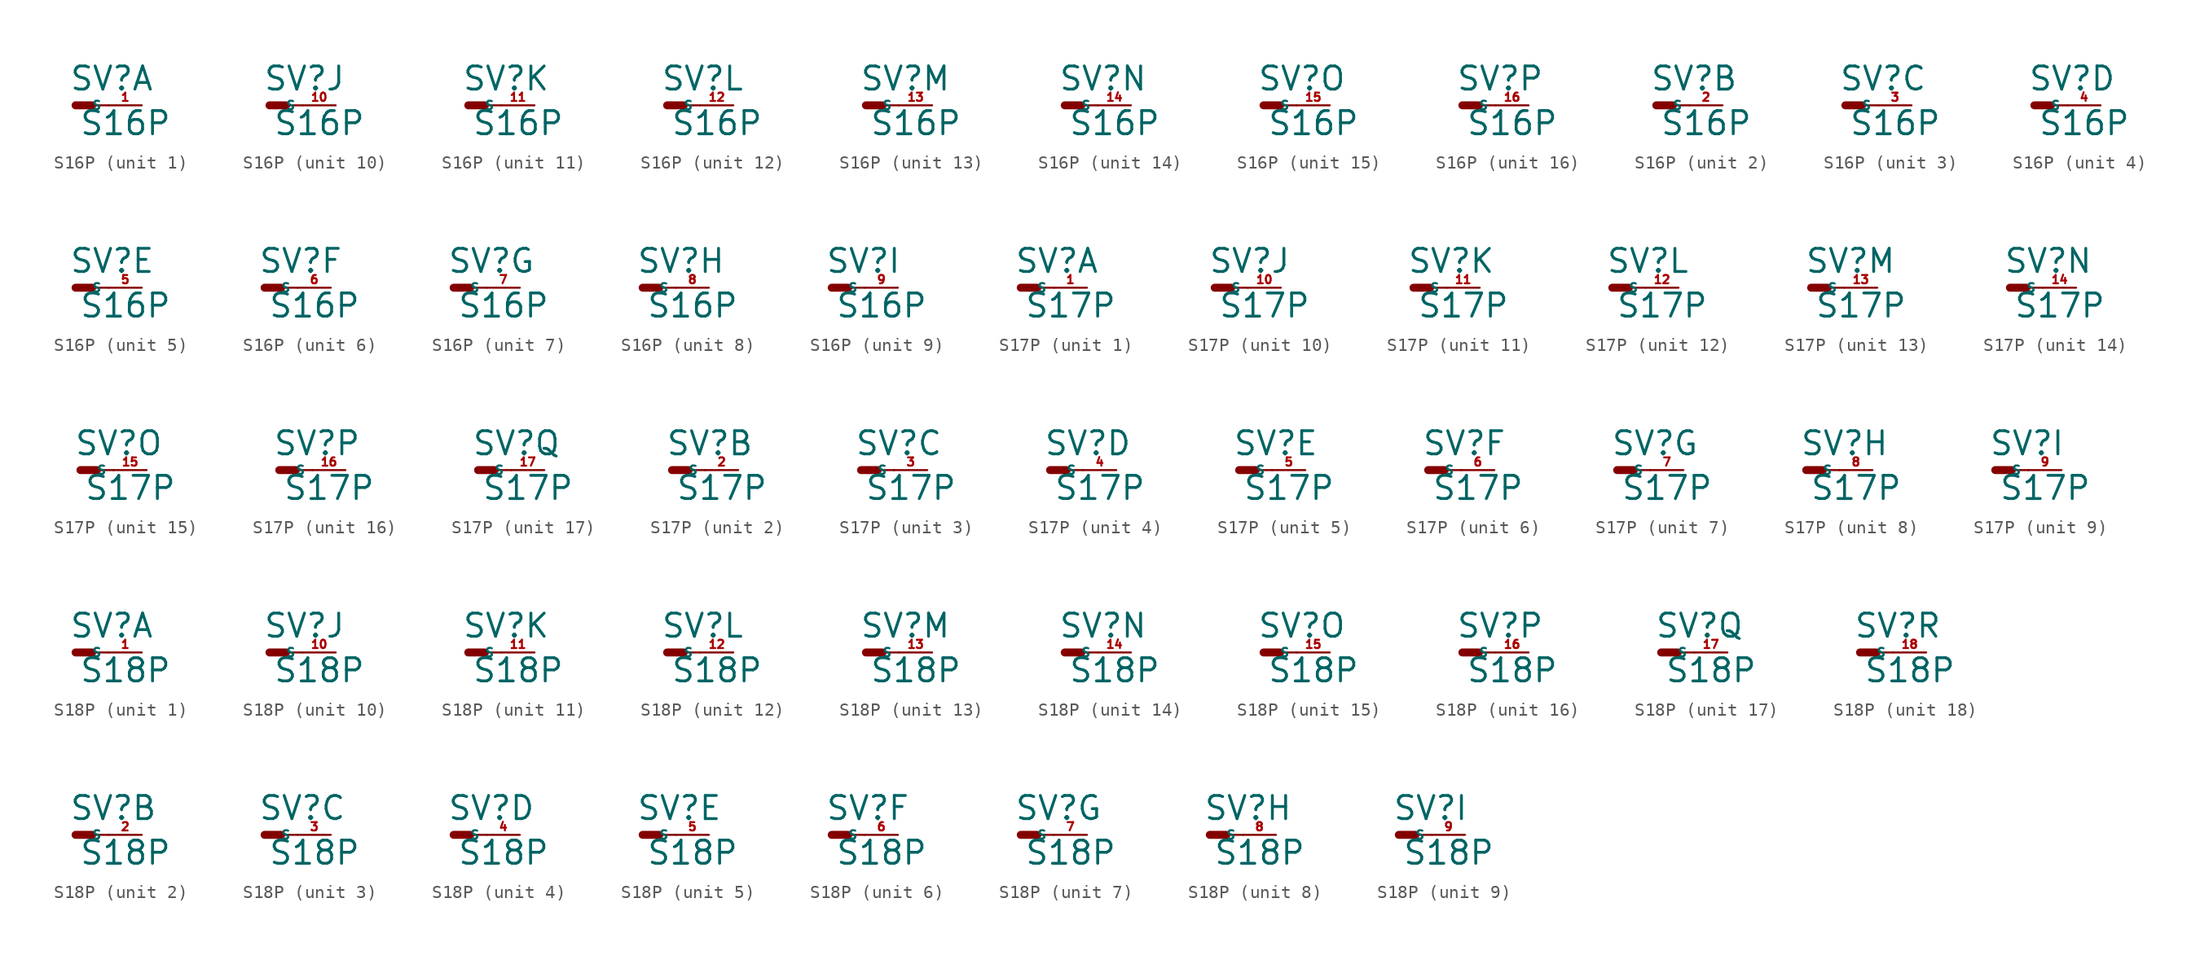
<source format=kicad_sym>
(kicad_symbol_lib
  (version 20220914)
  (generator Eagle2Kicad)
  (symbol "S16P"
    (property "Reference" "SV"
      (at -0.508 1.016 0)
      (effects (font (size 1.778 1.778) (thickness 0.22)) (justify left bottom)))
    (property "Value" "S16P"
      (at 0.254 -2.413 0)
      (effects (font (size 1.778 1.778) (thickness 0.22)) (justify left bottom)))
    (symbol "S16P_1_0"
      (polyline (pts (xy 1.27 0) (xy 2.54 0)) (stroke (width 0.152) (type default)) (fill (type none)))
      (polyline (pts (xy 0 0) (xy 1.27 0)) (stroke (width 0.61) (type default)) (fill (type none)))
      (pin passive line (at 5.08 0 180) (length 2.54) (name "S" (effects (font (size 0.635 0.635) (thickness 0.08)) (justify left bottom))) (number "1" (effects (font (size 0.635 0.635) (thickness 0.08)) (justify left bottom)))))
    (symbol "S16P_2_0"
      (polyline (pts (xy 1.27 0) (xy 2.54 0)) (stroke (width 0.152) (type default)) (fill (type none)))
      (polyline (pts (xy 0 0) (xy 1.27 0)) (stroke (width 0.61) (type default)) (fill (type none)))
      (pin passive line (at 5.08 0 180) (length 2.54) (name "S" (effects (font (size 0.635 0.635) (thickness 0.08)) (justify left bottom))) (number "2" (effects (font (size 0.635 0.635) (thickness 0.08)) (justify left bottom)))))
    (symbol "S16P_3_0"
      (polyline (pts (xy 1.27 0) (xy 2.54 0)) (stroke (width 0.152) (type default)) (fill (type none)))
      (polyline (pts (xy 0 0) (xy 1.27 0)) (stroke (width 0.61) (type default)) (fill (type none)))
      (pin passive line (at 5.08 0 180) (length 2.54) (name "S" (effects (font (size 0.635 0.635) (thickness 0.08)) (justify left bottom))) (number "3" (effects (font (size 0.635 0.635) (thickness 0.08)) (justify left bottom)))))
    (symbol "S16P_4_0"
      (polyline (pts (xy 1.27 0) (xy 2.54 0)) (stroke (width 0.152) (type default)) (fill (type none)))
      (polyline (pts (xy 0 0) (xy 1.27 0)) (stroke (width 0.61) (type default)) (fill (type none)))
      (pin passive line (at 5.08 0 180) (length 2.54) (name "S" (effects (font (size 0.635 0.635) (thickness 0.08)) (justify left bottom))) (number "4" (effects (font (size 0.635 0.635) (thickness 0.08)) (justify left bottom)))))
    (symbol "S16P_5_0"
      (polyline (pts (xy 1.27 0) (xy 2.54 0)) (stroke (width 0.152) (type default)) (fill (type none)))
      (polyline (pts (xy 0 0) (xy 1.27 0)) (stroke (width 0.61) (type default)) (fill (type none)))
      (pin passive line (at 5.08 0 180) (length 2.54) (name "S" (effects (font (size 0.635 0.635) (thickness 0.08)) (justify left bottom))) (number "5" (effects (font (size 0.635 0.635) (thickness 0.08)) (justify left bottom)))))
    (symbol "S16P_6_0"
      (polyline (pts (xy 1.27 0) (xy 2.54 0)) (stroke (width 0.152) (type default)) (fill (type none)))
      (polyline (pts (xy 0 0) (xy 1.27 0)) (stroke (width 0.61) (type default)) (fill (type none)))
      (pin passive line (at 5.08 0 180) (length 2.54) (name "S" (effects (font (size 0.635 0.635) (thickness 0.08)) (justify left bottom))) (number "6" (effects (font (size 0.635 0.635) (thickness 0.08)) (justify left bottom)))))
    (symbol "S16P_7_0"
      (polyline (pts (xy 1.27 0) (xy 2.54 0)) (stroke (width 0.152) (type default)) (fill (type none)))
      (polyline (pts (xy 0 0) (xy 1.27 0)) (stroke (width 0.61) (type default)) (fill (type none)))
      (pin passive line (at 5.08 0 180) (length 2.54) (name "S" (effects (font (size 0.635 0.635) (thickness 0.08)) (justify left bottom))) (number "7" (effects (font (size 0.635 0.635) (thickness 0.08)) (justify left bottom)))))
    (symbol "S16P_8_0"
      (polyline (pts (xy 1.27 0) (xy 2.54 0)) (stroke (width 0.152) (type default)) (fill (type none)))
      (polyline (pts (xy 0 0) (xy 1.27 0)) (stroke (width 0.61) (type default)) (fill (type none)))
      (pin passive line (at 5.08 0 180) (length 2.54) (name "S" (effects (font (size 0.635 0.635) (thickness 0.08)) (justify left bottom))) (number "8" (effects (font (size 0.635 0.635) (thickness 0.08)) (justify left bottom)))))
    (symbol "S16P_9_0"
      (polyline (pts (xy 1.27 0) (xy 2.54 0)) (stroke (width 0.152) (type default)) (fill (type none)))
      (polyline (pts (xy 0 0) (xy 1.27 0)) (stroke (width 0.61) (type default)) (fill (type none)))
      (pin passive line (at 5.08 0 180) (length 2.54) (name "S" (effects (font (size 0.635 0.635) (thickness 0.08)) (justify left bottom))) (number "9" (effects (font (size 0.635 0.635) (thickness 0.08)) (justify left bottom)))))
    (symbol "S16P_10_0"
      (polyline (pts (xy 1.27 0) (xy 2.54 0)) (stroke (width 0.152) (type default)) (fill (type none)))
      (polyline (pts (xy 0 0) (xy 1.27 0)) (stroke (width 0.61) (type default)) (fill (type none)))
      (pin passive line (at 5.08 0 180) (length 2.54) (name "S" (effects (font (size 0.635 0.635) (thickness 0.08)) (justify left bottom))) (number "10" (effects (font (size 0.635 0.635) (thickness 0.08)) (justify left bottom)))))
    (symbol "S16P_11_0"
      (polyline (pts (xy 1.27 0) (xy 2.54 0)) (stroke (width 0.152) (type default)) (fill (type none)))
      (polyline (pts (xy 0 0) (xy 1.27 0)) (stroke (width 0.61) (type default)) (fill (type none)))
      (pin passive line (at 5.08 0 180) (length 2.54) (name "S" (effects (font (size 0.635 0.635) (thickness 0.08)) (justify left bottom))) (number "11" (effects (font (size 0.635 0.635) (thickness 0.08)) (justify left bottom)))))
    (symbol "S16P_12_0"
      (polyline (pts (xy 1.27 0) (xy 2.54 0)) (stroke (width 0.152) (type default)) (fill (type none)))
      (polyline (pts (xy 0 0) (xy 1.27 0)) (stroke (width 0.61) (type default)) (fill (type none)))
      (pin passive line (at 5.08 0 180) (length 2.54) (name "S" (effects (font (size 0.635 0.635) (thickness 0.08)) (justify left bottom))) (number "12" (effects (font (size 0.635 0.635) (thickness 0.08)) (justify left bottom)))))
    (symbol "S16P_13_0"
      (polyline (pts (xy 1.27 0) (xy 2.54 0)) (stroke (width 0.152) (type default)) (fill (type none)))
      (polyline (pts (xy 0 0) (xy 1.27 0)) (stroke (width 0.61) (type default)) (fill (type none)))
      (pin passive line (at 5.08 0 180) (length 2.54) (name "S" (effects (font (size 0.635 0.635) (thickness 0.08)) (justify left bottom))) (number "13" (effects (font (size 0.635 0.635) (thickness 0.08)) (justify left bottom)))))
    (symbol "S16P_14_0"
      (polyline (pts (xy 1.27 0) (xy 2.54 0)) (stroke (width 0.152) (type default)) (fill (type none)))
      (polyline (pts (xy 0 0) (xy 1.27 0)) (stroke (width 0.61) (type default)) (fill (type none)))
      (pin passive line (at 5.08 0 180) (length 2.54) (name "S" (effects (font (size 0.635 0.635) (thickness 0.08)) (justify left bottom))) (number "14" (effects (font (size 0.635 0.635) (thickness 0.08)) (justify left bottom)))))
    (symbol "S16P_15_0"
      (polyline (pts (xy 1.27 0) (xy 2.54 0)) (stroke (width 0.152) (type default)) (fill (type none)))
      (polyline (pts (xy 0 0) (xy 1.27 0)) (stroke (width 0.61) (type default)) (fill (type none)))
      (pin passive line (at 5.08 0 180) (length 2.54) (name "S" (effects (font (size 0.635 0.635) (thickness 0.08)) (justify left bottom))) (number "15" (effects (font (size 0.635 0.635) (thickness 0.08)) (justify left bottom)))))
    (symbol "S16P_16_0"
      (polyline (pts (xy 1.27 0) (xy 2.54 0)) (stroke (width 0.152) (type default)) (fill (type none)))
      (polyline (pts (xy 0 0) (xy 1.27 0)) (stroke (width 0.61) (type default)) (fill (type none)))
      (pin passive line (at 5.08 0 180) (length 2.54) (name "S" (effects (font (size 0.635 0.635) (thickness 0.08)) (justify left bottom))) (number "16" (effects (font (size 0.635 0.635) (thickness 0.08)) (justify left bottom))))))
  (symbol "S17P"
    (property "Reference" "SV"
      (at -0.508 1.016 0)
      (effects (font (size 1.778 1.778) (thickness 0.22)) (justify left bottom)))
    (property "Value" "S17P"
      (at 0.254 -2.413 0)
      (effects (font (size 1.778 1.778) (thickness 0.22)) (justify left bottom)))
    (symbol "S17P_1_0"
      (polyline (pts (xy 1.27 0) (xy 2.54 0)) (stroke (width 0.152) (type default)) (fill (type none)))
      (polyline (pts (xy 0 0) (xy 1.27 0)) (stroke (width 0.61) (type default)) (fill (type none)))
      (pin passive line (at 5.08 0 180) (length 2.54) (name "S" (effects (font (size 0.635 0.635) (thickness 0.08)) (justify left bottom))) (number "1" (effects (font (size 0.635 0.635) (thickness 0.08)) (justify left bottom)))))
    (symbol "S17P_2_0"
      (polyline (pts (xy 1.27 0) (xy 2.54 0)) (stroke (width 0.152) (type default)) (fill (type none)))
      (polyline (pts (xy 0 0) (xy 1.27 0)) (stroke (width 0.61) (type default)) (fill (type none)))
      (pin passive line (at 5.08 0 180) (length 2.54) (name "S" (effects (font (size 0.635 0.635) (thickness 0.08)) (justify left bottom))) (number "2" (effects (font (size 0.635 0.635) (thickness 0.08)) (justify left bottom)))))
    (symbol "S17P_3_0"
      (polyline (pts (xy 1.27 0) (xy 2.54 0)) (stroke (width 0.152) (type default)) (fill (type none)))
      (polyline (pts (xy 0 0) (xy 1.27 0)) (stroke (width 0.61) (type default)) (fill (type none)))
      (pin passive line (at 5.08 0 180) (length 2.54) (name "S" (effects (font (size 0.635 0.635) (thickness 0.08)) (justify left bottom))) (number "3" (effects (font (size 0.635 0.635) (thickness 0.08)) (justify left bottom)))))
    (symbol "S17P_4_0"
      (polyline (pts (xy 1.27 0) (xy 2.54 0)) (stroke (width 0.152) (type default)) (fill (type none)))
      (polyline (pts (xy 0 0) (xy 1.27 0)) (stroke (width 0.61) (type default)) (fill (type none)))
      (pin passive line (at 5.08 0 180) (length 2.54) (name "S" (effects (font (size 0.635 0.635) (thickness 0.08)) (justify left bottom))) (number "4" (effects (font (size 0.635 0.635) (thickness 0.08)) (justify left bottom)))))
    (symbol "S17P_5_0"
      (polyline (pts (xy 1.27 0) (xy 2.54 0)) (stroke (width 0.152) (type default)) (fill (type none)))
      (polyline (pts (xy 0 0) (xy 1.27 0)) (stroke (width 0.61) (type default)) (fill (type none)))
      (pin passive line (at 5.08 0 180) (length 2.54) (name "S" (effects (font (size 0.635 0.635) (thickness 0.08)) (justify left bottom))) (number "5" (effects (font (size 0.635 0.635) (thickness 0.08)) (justify left bottom)))))
    (symbol "S17P_6_0"
      (polyline (pts (xy 1.27 0) (xy 2.54 0)) (stroke (width 0.152) (type default)) (fill (type none)))
      (polyline (pts (xy 0 0) (xy 1.27 0)) (stroke (width 0.61) (type default)) (fill (type none)))
      (pin passive line (at 5.08 0 180) (length 2.54) (name "S" (effects (font (size 0.635 0.635) (thickness 0.08)) (justify left bottom))) (number "6" (effects (font (size 0.635 0.635) (thickness 0.08)) (justify left bottom)))))
    (symbol "S17P_7_0"
      (polyline (pts (xy 1.27 0) (xy 2.54 0)) (stroke (width 0.152) (type default)) (fill (type none)))
      (polyline (pts (xy 0 0) (xy 1.27 0)) (stroke (width 0.61) (type default)) (fill (type none)))
      (pin passive line (at 5.08 0 180) (length 2.54) (name "S" (effects (font (size 0.635 0.635) (thickness 0.08)) (justify left bottom))) (number "7" (effects (font (size 0.635 0.635) (thickness 0.08)) (justify left bottom)))))
    (symbol "S17P_8_0"
      (polyline (pts (xy 1.27 0) (xy 2.54 0)) (stroke (width 0.152) (type default)) (fill (type none)))
      (polyline (pts (xy 0 0) (xy 1.27 0)) (stroke (width 0.61) (type default)) (fill (type none)))
      (pin passive line (at 5.08 0 180) (length 2.54) (name "S" (effects (font (size 0.635 0.635) (thickness 0.08)) (justify left bottom))) (number "8" (effects (font (size 0.635 0.635) (thickness 0.08)) (justify left bottom)))))
    (symbol "S17P_9_0"
      (polyline (pts (xy 1.27 0) (xy 2.54 0)) (stroke (width 0.152) (type default)) (fill (type none)))
      (polyline (pts (xy 0 0) (xy 1.27 0)) (stroke (width 0.61) (type default)) (fill (type none)))
      (pin passive line (at 5.08 0 180) (length 2.54) (name "S" (effects (font (size 0.635 0.635) (thickness 0.08)) (justify left bottom))) (number "9" (effects (font (size 0.635 0.635) (thickness 0.08)) (justify left bottom)))))
    (symbol "S17P_10_0"
      (polyline (pts (xy 1.27 0) (xy 2.54 0)) (stroke (width 0.152) (type default)) (fill (type none)))
      (polyline (pts (xy 0 0) (xy 1.27 0)) (stroke (width 0.61) (type default)) (fill (type none)))
      (pin passive line (at 5.08 0 180) (length 2.54) (name "S" (effects (font (size 0.635 0.635) (thickness 0.08)) (justify left bottom))) (number "10" (effects (font (size 0.635 0.635) (thickness 0.08)) (justify left bottom)))))
    (symbol "S17P_11_0"
      (polyline (pts (xy 1.27 0) (xy 2.54 0)) (stroke (width 0.152) (type default)) (fill (type none)))
      (polyline (pts (xy 0 0) (xy 1.27 0)) (stroke (width 0.61) (type default)) (fill (type none)))
      (pin passive line (at 5.08 0 180) (length 2.54) (name "S" (effects (font (size 0.635 0.635) (thickness 0.08)) (justify left bottom))) (number "11" (effects (font (size 0.635 0.635) (thickness 0.08)) (justify left bottom)))))
    (symbol "S17P_12_0"
      (polyline (pts (xy 1.27 0) (xy 2.54 0)) (stroke (width 0.152) (type default)) (fill (type none)))
      (polyline (pts (xy 0 0) (xy 1.27 0)) (stroke (width 0.61) (type default)) (fill (type none)))
      (pin passive line (at 5.08 0 180) (length 2.54) (name "S" (effects (font (size 0.635 0.635) (thickness 0.08)) (justify left bottom))) (number "12" (effects (font (size 0.635 0.635) (thickness 0.08)) (justify left bottom)))))
    (symbol "S17P_13_0"
      (polyline (pts (xy 1.27 0) (xy 2.54 0)) (stroke (width 0.152) (type default)) (fill (type none)))
      (polyline (pts (xy 0 0) (xy 1.27 0)) (stroke (width 0.61) (type default)) (fill (type none)))
      (pin passive line (at 5.08 0 180) (length 2.54) (name "S" (effects (font (size 0.635 0.635) (thickness 0.08)) (justify left bottom))) (number "13" (effects (font (size 0.635 0.635) (thickness 0.08)) (justify left bottom)))))
    (symbol "S17P_14_0"
      (polyline (pts (xy 1.27 0) (xy 2.54 0)) (stroke (width 0.152) (type default)) (fill (type none)))
      (polyline (pts (xy 0 0) (xy 1.27 0)) (stroke (width 0.61) (type default)) (fill (type none)))
      (pin passive line (at 5.08 0 180) (length 2.54) (name "S" (effects (font (size 0.635 0.635) (thickness 0.08)) (justify left bottom))) (number "14" (effects (font (size 0.635 0.635) (thickness 0.08)) (justify left bottom)))))
    (symbol "S17P_15_0"
      (polyline (pts (xy 1.27 0) (xy 2.54 0)) (stroke (width 0.152) (type default)) (fill (type none)))
      (polyline (pts (xy 0 0) (xy 1.27 0)) (stroke (width 0.61) (type default)) (fill (type none)))
      (pin passive line (at 5.08 0 180) (length 2.54) (name "S" (effects (font (size 0.635 0.635) (thickness 0.08)) (justify left bottom))) (number "15" (effects (font (size 0.635 0.635) (thickness 0.08)) (justify left bottom)))))
    (symbol "S17P_16_0"
      (polyline (pts (xy 1.27 0) (xy 2.54 0)) (stroke (width 0.152) (type default)) (fill (type none)))
      (polyline (pts (xy 0 0) (xy 1.27 0)) (stroke (width 0.61) (type default)) (fill (type none)))
      (pin passive line (at 5.08 0 180) (length 2.54) (name "S" (effects (font (size 0.635 0.635) (thickness 0.08)) (justify left bottom))) (number "16" (effects (font (size 0.635 0.635) (thickness 0.08)) (justify left bottom)))))
    (symbol "S17P_17_0"
      (polyline (pts (xy 1.27 0) (xy 2.54 0)) (stroke (width 0.152) (type default)) (fill (type none)))
      (polyline (pts (xy 0 0) (xy 1.27 0)) (stroke (width 0.61) (type default)) (fill (type none)))
      (pin passive line (at 5.08 0 180) (length 2.54) (name "S" (effects (font (size 0.635 0.635) (thickness 0.08)) (justify left bottom))) (number "17" (effects (font (size 0.635 0.635) (thickness 0.08)) (justify left bottom))))))
  (symbol "S18P"
    (property "Reference" "SV"
      (at -0.508 1.016 0)
      (effects (font (size 1.778 1.778) (thickness 0.22)) (justify left bottom)))
    (property "Value" "S18P"
      (at 0.254 -2.413 0)
      (effects (font (size 1.778 1.778) (thickness 0.22)) (justify left bottom)))
    (symbol "S18P_1_0"
      (polyline (pts (xy 1.27 0) (xy 2.54 0)) (stroke (width 0.152) (type default)) (fill (type none)))
      (polyline (pts (xy 0 0) (xy 1.27 0)) (stroke (width 0.61) (type default)) (fill (type none)))
      (pin passive line (at 5.08 0 180) (length 2.54) (name "S" (effects (font (size 0.635 0.635) (thickness 0.08)) (justify left bottom))) (number "1" (effects (font (size 0.635 0.635) (thickness 0.08)) (justify left bottom)))))
    (symbol "S18P_2_0"
      (polyline (pts (xy 1.27 0) (xy 2.54 0)) (stroke (width 0.152) (type default)) (fill (type none)))
      (polyline (pts (xy 0 0) (xy 1.27 0)) (stroke (width 0.61) (type default)) (fill (type none)))
      (pin passive line (at 5.08 0 180) (length 2.54) (name "S" (effects (font (size 0.635 0.635) (thickness 0.08)) (justify left bottom))) (number "2" (effects (font (size 0.635 0.635) (thickness 0.08)) (justify left bottom)))))
    (symbol "S18P_3_0"
      (polyline (pts (xy 1.27 0) (xy 2.54 0)) (stroke (width 0.152) (type default)) (fill (type none)))
      (polyline (pts (xy 0 0) (xy 1.27 0)) (stroke (width 0.61) (type default)) (fill (type none)))
      (pin passive line (at 5.08 0 180) (length 2.54) (name "S" (effects (font (size 0.635 0.635) (thickness 0.08)) (justify left bottom))) (number "3" (effects (font (size 0.635 0.635) (thickness 0.08)) (justify left bottom)))))
    (symbol "S18P_4_0"
      (polyline (pts (xy 1.27 0) (xy 2.54 0)) (stroke (width 0.152) (type default)) (fill (type none)))
      (polyline (pts (xy 0 0) (xy 1.27 0)) (stroke (width 0.61) (type default)) (fill (type none)))
      (pin passive line (at 5.08 0 180) (length 2.54) (name "S" (effects (font (size 0.635 0.635) (thickness 0.08)) (justify left bottom))) (number "4" (effects (font (size 0.635 0.635) (thickness 0.08)) (justify left bottom)))))
    (symbol "S18P_5_0"
      (polyline (pts (xy 1.27 0) (xy 2.54 0)) (stroke (width 0.152) (type default)) (fill (type none)))
      (polyline (pts (xy 0 0) (xy 1.27 0)) (stroke (width 0.61) (type default)) (fill (type none)))
      (pin passive line (at 5.08 0 180) (length 2.54) (name "S" (effects (font (size 0.635 0.635) (thickness 0.08)) (justify left bottom))) (number "5" (effects (font (size 0.635 0.635) (thickness 0.08)) (justify left bottom)))))
    (symbol "S18P_6_0"
      (polyline (pts (xy 1.27 0) (xy 2.54 0)) (stroke (width 0.152) (type default)) (fill (type none)))
      (polyline (pts (xy 0 0) (xy 1.27 0)) (stroke (width 0.61) (type default)) (fill (type none)))
      (pin passive line (at 5.08 0 180) (length 2.54) (name "S" (effects (font (size 0.635 0.635) (thickness 0.08)) (justify left bottom))) (number "6" (effects (font (size 0.635 0.635) (thickness 0.08)) (justify left bottom)))))
    (symbol "S18P_7_0"
      (polyline (pts (xy 1.27 0) (xy 2.54 0)) (stroke (width 0.152) (type default)) (fill (type none)))
      (polyline (pts (xy 0 0) (xy 1.27 0)) (stroke (width 0.61) (type default)) (fill (type none)))
      (pin passive line (at 5.08 0 180) (length 2.54) (name "S" (effects (font (size 0.635 0.635) (thickness 0.08)) (justify left bottom))) (number "7" (effects (font (size 0.635 0.635) (thickness 0.08)) (justify left bottom)))))
    (symbol "S18P_8_0"
      (polyline (pts (xy 1.27 0) (xy 2.54 0)) (stroke (width 0.152) (type default)) (fill (type none)))
      (polyline (pts (xy 0 0) (xy 1.27 0)) (stroke (width 0.61) (type default)) (fill (type none)))
      (pin passive line (at 5.08 0 180) (length 2.54) (name "S" (effects (font (size 0.635 0.635) (thickness 0.08)) (justify left bottom))) (number "8" (effects (font (size 0.635 0.635) (thickness 0.08)) (justify left bottom)))))
    (symbol "S18P_9_0"
      (polyline (pts (xy 1.27 0) (xy 2.54 0)) (stroke (width 0.152) (type default)) (fill (type none)))
      (polyline (pts (xy 0 0) (xy 1.27 0)) (stroke (width 0.61) (type default)) (fill (type none)))
      (pin passive line (at 5.08 0 180) (length 2.54) (name "S" (effects (font (size 0.635 0.635) (thickness 0.08)) (justify left bottom))) (number "9" (effects (font (size 0.635 0.635) (thickness 0.08)) (justify left bottom)))))
    (symbol "S18P_10_0"
      (polyline (pts (xy 1.27 0) (xy 2.54 0)) (stroke (width 0.152) (type default)) (fill (type none)))
      (polyline (pts (xy 0 0) (xy 1.27 0)) (stroke (width 0.61) (type default)) (fill (type none)))
      (pin passive line (at 5.08 0 180) (length 2.54) (name "S" (effects (font (size 0.635 0.635) (thickness 0.08)) (justify left bottom))) (number "10" (effects (font (size 0.635 0.635) (thickness 0.08)) (justify left bottom)))))
    (symbol "S18P_11_0"
      (polyline (pts (xy 1.27 0) (xy 2.54 0)) (stroke (width 0.152) (type default)) (fill (type none)))
      (polyline (pts (xy 0 0) (xy 1.27 0)) (stroke (width 0.61) (type default)) (fill (type none)))
      (pin passive line (at 5.08 0 180) (length 2.54) (name "S" (effects (font (size 0.635 0.635) (thickness 0.08)) (justify left bottom))) (number "11" (effects (font (size 0.635 0.635) (thickness 0.08)) (justify left bottom)))))
    (symbol "S18P_12_0"
      (polyline (pts (xy 1.27 0) (xy 2.54 0)) (stroke (width 0.152) (type default)) (fill (type none)))
      (polyline (pts (xy 0 0) (xy 1.27 0)) (stroke (width 0.61) (type default)) (fill (type none)))
      (pin passive line (at 5.08 0 180) (length 2.54) (name "S" (effects (font (size 0.635 0.635) (thickness 0.08)) (justify left bottom))) (number "12" (effects (font (size 0.635 0.635) (thickness 0.08)) (justify left bottom)))))
    (symbol "S18P_13_0"
      (polyline (pts (xy 1.27 0) (xy 2.54 0)) (stroke (width 0.152) (type default)) (fill (type none)))
      (polyline (pts (xy 0 0) (xy 1.27 0)) (stroke (width 0.61) (type default)) (fill (type none)))
      (pin passive line (at 5.08 0 180) (length 2.54) (name "S" (effects (font (size 0.635 0.635) (thickness 0.08)) (justify left bottom))) (number "13" (effects (font (size 0.635 0.635) (thickness 0.08)) (justify left bottom)))))
    (symbol "S18P_14_0"
      (polyline (pts (xy 1.27 0) (xy 2.54 0)) (stroke (width 0.152) (type default)) (fill (type none)))
      (polyline (pts (xy 0 0) (xy 1.27 0)) (stroke (width 0.61) (type default)) (fill (type none)))
      (pin passive line (at 5.08 0 180) (length 2.54) (name "S" (effects (font (size 0.635 0.635) (thickness 0.08)) (justify left bottom))) (number "14" (effects (font (size 0.635 0.635) (thickness 0.08)) (justify left bottom)))))
    (symbol "S18P_15_0"
      (polyline (pts (xy 1.27 0) (xy 2.54 0)) (stroke (width 0.152) (type default)) (fill (type none)))
      (polyline (pts (xy 0 0) (xy 1.27 0)) (stroke (width 0.61) (type default)) (fill (type none)))
      (pin passive line (at 5.08 0 180) (length 2.54) (name "S" (effects (font (size 0.635 0.635) (thickness 0.08)) (justify left bottom))) (number "15" (effects (font (size 0.635 0.635) (thickness 0.08)) (justify left bottom)))))
    (symbol "S18P_16_0"
      (polyline (pts (xy 1.27 0) (xy 2.54 0)) (stroke (width 0.152) (type default)) (fill (type none)))
      (polyline (pts (xy 0 0) (xy 1.27 0)) (stroke (width 0.61) (type default)) (fill (type none)))
      (pin passive line (at 5.08 0 180) (length 2.54) (name "S" (effects (font (size 0.635 0.635) (thickness 0.08)) (justify left bottom))) (number "16" (effects (font (size 0.635 0.635) (thickness 0.08)) (justify left bottom)))))
    (symbol "S18P_17_0"
      (polyline (pts (xy 1.27 0) (xy 2.54 0)) (stroke (width 0.152) (type default)) (fill (type none)))
      (polyline (pts (xy 0 0) (xy 1.27 0)) (stroke (width 0.61) (type default)) (fill (type none)))
      (pin passive line (at 5.08 0 180) (length 2.54) (name "S" (effects (font (size 0.635 0.635) (thickness 0.08)) (justify left bottom))) (number "17" (effects (font (size 0.635 0.635) (thickness 0.08)) (justify left bottom)))))
    (symbol "S18P_18_0"
      (polyline (pts (xy 1.27 0) (xy 2.54 0)) (stroke (width 0.152) (type default)) (fill (type none)))
      (polyline (pts (xy 0 0) (xy 1.27 0)) (stroke (width 0.61) (type default)) (fill (type none)))
      (pin passive line (at 5.08 0 180) (length 2.54) (name "S" (effects (font (size 0.635 0.635) (thickness 0.08)) (justify left bottom))) (number "18" (effects (font (size 0.635 0.635) (thickness 0.08)) (justify left bottom)))))))
</source>
